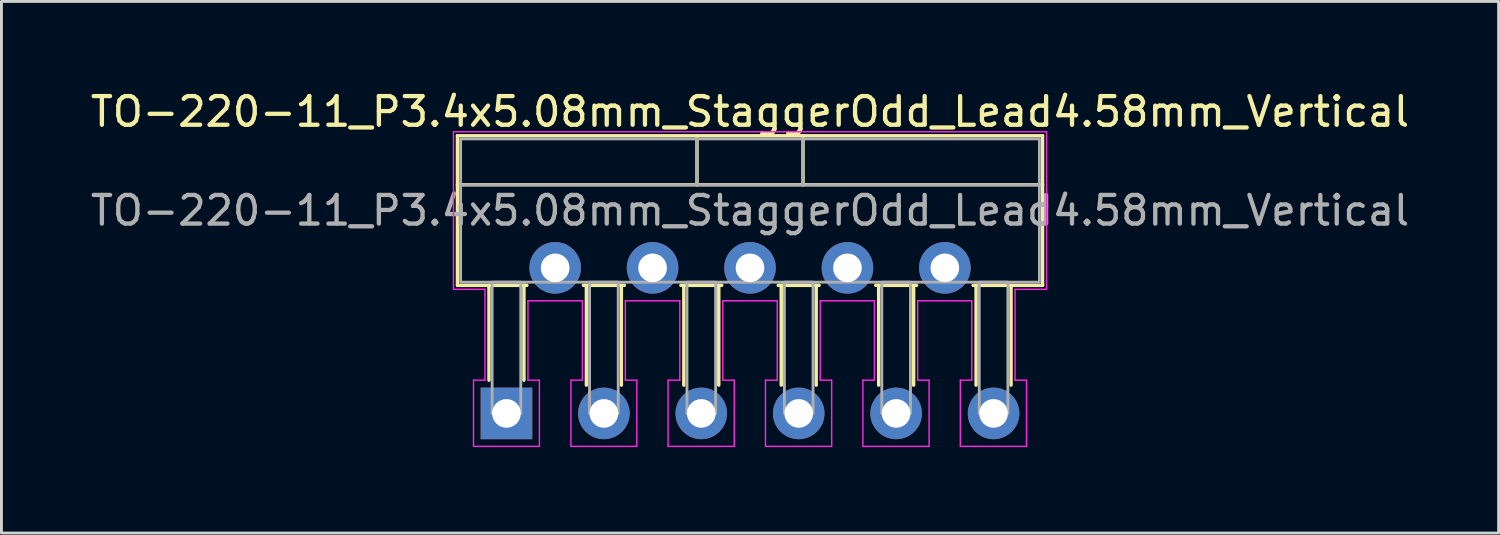
<source format=kicad_pcb>
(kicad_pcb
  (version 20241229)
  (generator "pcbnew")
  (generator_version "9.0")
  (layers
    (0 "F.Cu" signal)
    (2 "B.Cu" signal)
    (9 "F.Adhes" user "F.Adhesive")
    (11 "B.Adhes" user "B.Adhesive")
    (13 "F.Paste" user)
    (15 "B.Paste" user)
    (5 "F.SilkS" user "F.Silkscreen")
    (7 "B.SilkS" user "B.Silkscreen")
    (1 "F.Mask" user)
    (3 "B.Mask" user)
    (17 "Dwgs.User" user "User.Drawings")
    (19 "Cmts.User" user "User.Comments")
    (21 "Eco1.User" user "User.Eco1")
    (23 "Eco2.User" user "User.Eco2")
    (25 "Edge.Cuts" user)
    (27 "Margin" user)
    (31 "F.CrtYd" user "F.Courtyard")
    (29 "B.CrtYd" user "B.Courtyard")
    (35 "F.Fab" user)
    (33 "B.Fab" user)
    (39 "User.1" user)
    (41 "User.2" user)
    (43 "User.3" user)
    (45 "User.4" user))
  (footprint "TO-220-11_P3.4x5.08mm_StaggerOdd_Lead4.58mm_Vertical"
    (layer "F.Cu")
    (at 14.625 11.378)
    (property "Reference" "TO-220-11_P3.4x5.08mm_StaggerOdd_Lead4.58mm_Vertical" (at 8.5 -10.53 0) (layer "F.SilkS") (effects (font (size 1 1) (thickness 0.15))))
    (attr through_hole)
    (fp_line (start -1.71 -9.69) (end 18.71 -9.69) (stroke (width 0.12) (type solid)) (layer "F.SilkS"))
    (fp_line (start -1.71 -7.98) (end 18.71 -7.98) (stroke (width 0.12) (type solid)) (layer "F.SilkS"))
    (fp_line (start -1.71 -4.47) (end -1.71 -9.69) (stroke (width 0.12) (type solid)) (layer "F.SilkS"))
    (fp_line (start -0.61 -4.47) (end -0.61 -1.16) (stroke (width 0.12) (type solid)) (layer "F.SilkS"))
    (fp_line (start 0.61 -4.47) (end 0.61 -1.16) (stroke (width 0.12) (type solid)) (layer "F.SilkS"))
    (fp_line (start 0.713 -4.47) (end -1.71 -4.47) (stroke (width 0.12) (type solid)) (layer "F.SilkS"))
    (fp_line (start 2.79 -4.47) (end 2.79 -0.987) (stroke (width 0.12) (type solid)) (layer "F.SilkS"))
    (fp_line (start 4.01 -4.47) (end 4.01 -0.987) (stroke (width 0.12) (type solid)) (layer "F.SilkS"))
    (fp_line (start 4.113 -4.47) (end 2.687 -4.47) (stroke (width 0.12) (type solid)) (layer "F.SilkS"))
    (fp_line (start 6.19 -4.47) (end 6.19 -0.987) (stroke (width 0.12) (type solid)) (layer "F.SilkS"))
    (fp_line (start 6.65 -9.69) (end 6.65 -7.98) (stroke (width 0.12) (type solid)) (layer "F.SilkS"))
    (fp_line (start 7.41 -4.47) (end 7.41 -0.987) (stroke (width 0.12) (type solid)) (layer "F.SilkS"))
    (fp_line (start 7.513 -4.47) (end 6.087 -4.47) (stroke (width 0.12) (type solid)) (layer "F.SilkS"))
    (fp_line (start 9.59 -4.47) (end 9.59 -0.987) (stroke (width 0.12) (type solid)) (layer "F.SilkS"))
    (fp_line (start 10.35 -9.69) (end 10.35 -7.98) (stroke (width 0.12) (type solid)) (layer "F.SilkS"))
    (fp_line (start 10.81 -4.47) (end 10.81 -0.987) (stroke (width 0.12) (type solid)) (layer "F.SilkS"))
    (fp_line (start 10.913 -4.47) (end 9.487 -4.47) (stroke (width 0.12) (type solid)) (layer "F.SilkS"))
    (fp_line (start 12.99 -4.47) (end 12.99 -0.987) (stroke (width 0.12) (type solid)) (layer "F.SilkS"))
    (fp_line (start 14.21 -4.47) (end 14.21 -0.987) (stroke (width 0.12) (type solid)) (layer "F.SilkS"))
    (fp_line (start 14.313 -4.47) (end 12.887 -4.47) (stroke (width 0.12) (type solid)) (layer "F.SilkS"))
    (fp_line (start 16.39 -4.47) (end 16.39 -0.987) (stroke (width 0.12) (type solid)) (layer "F.SilkS"))
    (fp_line (start 17.61 -4.47) (end 17.61 -0.987) (stroke (width 0.12) (type solid)) (layer "F.SilkS"))
    (fp_line (start 18.71 -9.69) (end 18.71 -4.47) (stroke (width 0.12) (type solid)) (layer "F.SilkS"))
    (fp_line (start 18.71 -4.47) (end 16.287 -4.47) (stroke (width 0.12) (type solid)) (layer "F.SilkS"))
    (fp_line (start -1.85 -9.83) (end 18.85 -9.83) (stroke (width 0.05) (type solid)) (layer "F.CrtYd"))
    (fp_line (start -1.85 -4.33) (end -1.85 -9.83) (stroke (width 0.05) (type solid)) (layer "F.CrtYd"))
    (fp_line (start -1.15 -1.16) (end -0.75 -1.16) (stroke (width 0.05) (type solid)) (layer "F.CrtYd"))
    (fp_line (start -1.15 1.15) (end -1.15 -1.16) (stroke (width 0.05) (type solid)) (layer "F.CrtYd"))
    (fp_line (start -0.75 -4.33) (end -1.85 -4.33) (stroke (width 0.05) (type solid)) (layer "F.CrtYd"))
    (fp_line (start -0.75 -1.16) (end -0.75 -4.33) (stroke (width 0.05) (type solid)) (layer "F.CrtYd"))
    (fp_line (start 0.75 -3.93) (end 0.75 -1.16) (stroke (width 0.05) (type solid)) (layer "F.CrtYd"))
    (fp_line (start 0.75 -1.16) (end 1.15 -1.16) (stroke (width 0.05) (type solid)) (layer "F.CrtYd"))
    (fp_line (start 1.15 -1.16) (end 1.15 1.15) (stroke (width 0.05) (type solid)) (layer "F.CrtYd"))
    (fp_line (start 1.15 1.15) (end -1.15 1.15) (stroke (width 0.05) (type solid)) (layer "F.CrtYd"))
    (fp_line (start 2.25 -1.16) (end 2.65 -1.16) (stroke (width 0.05) (type solid)) (layer "F.CrtYd"))
    (fp_line (start 2.25 1.15) (end 2.25 -1.16) (stroke (width 0.05) (type solid)) (layer "F.CrtYd"))
    (fp_line (start 2.65 -3.93) (end 0.75 -3.93) (stroke (width 0.05) (type solid)) (layer "F.CrtYd"))
    (fp_line (start 2.65 -1.16) (end 2.65 -3.93) (stroke (width 0.05) (type solid)) (layer "F.CrtYd"))
    (fp_line (start 4.15 -3.93) (end 4.15 -1.16) (stroke (width 0.05) (type solid)) (layer "F.CrtYd"))
    (fp_line (start 4.15 -1.16) (end 4.55 -1.16) (stroke (width 0.05) (type solid)) (layer "F.CrtYd"))
    (fp_line (start 4.55 -1.16) (end 4.55 1.15) (stroke (width 0.05) (type solid)) (layer "F.CrtYd"))
    (fp_line (start 4.55 1.15) (end 2.25 1.15) (stroke (width 0.05) (type solid)) (layer "F.CrtYd"))
    (fp_line (start 5.64 -1.16) (end 6.05 -1.16) (stroke (width 0.05) (type solid)) (layer "F.CrtYd"))
    (fp_line (start 5.64 1.15) (end 5.64 -1.16) (stroke (width 0.05) (type solid)) (layer "F.CrtYd"))
    (fp_line (start 6.05 -3.93) (end 4.15 -3.93) (stroke (width 0.05) (type solid)) (layer "F.CrtYd"))
    (fp_line (start 6.05 -1.16) (end 6.05 -3.93) (stroke (width 0.05) (type solid)) (layer "F.CrtYd"))
    (fp_line (start 7.55 -3.93) (end 7.55 -1.16) (stroke (width 0.05) (type solid)) (layer "F.CrtYd"))
    (fp_line (start 7.55 -1.16) (end 7.95 -1.16) (stroke (width 0.05) (type solid)) (layer "F.CrtYd"))
    (fp_line (start 7.95 -1.16) (end 7.95 1.15) (stroke (width 0.05) (type solid)) (layer "F.CrtYd"))
    (fp_line (start 7.95 1.15) (end 5.64 1.15) (stroke (width 0.05) (type solid)) (layer "F.CrtYd"))
    (fp_line (start 9.04 -1.16) (end 9.45 -1.16) (stroke (width 0.05) (type solid)) (layer "F.CrtYd"))
    (fp_line (start 9.04 1.15) (end 9.04 -1.16) (stroke (width 0.05) (type solid)) (layer "F.CrtYd"))
    (fp_line (start 9.45 -3.93) (end 7.55 -3.93) (stroke (width 0.05) (type solid)) (layer "F.CrtYd"))
    (fp_line (start 9.45 -1.16) (end 9.45 -3.93) (stroke (width 0.05) (type solid)) (layer "F.CrtYd"))
    (fp_line (start 10.95 -3.93) (end 10.95 -1.16) (stroke (width 0.05) (type solid)) (layer "F.CrtYd"))
    (fp_line (start 10.95 -1.16) (end 11.35 -1.16) (stroke (width 0.05) (type solid)) (layer "F.CrtYd"))
    (fp_line (start 11.35 -1.16) (end 11.35 1.15) (stroke (width 0.05) (type solid)) (layer "F.CrtYd"))
    (fp_line (start 11.35 1.15) (end 9.04 1.15) (stroke (width 0.05) (type solid)) (layer "F.CrtYd"))
    (fp_line (start 12.44 -1.16) (end 12.84 -1.16) (stroke (width 0.05) (type solid)) (layer "F.CrtYd"))
    (fp_line (start 12.44 1.15) (end 12.44 -1.16) (stroke (width 0.05) (type solid)) (layer "F.CrtYd"))
    (fp_line (start 12.84 -3.93) (end 10.95 -3.93) (stroke (width 0.05) (type solid)) (layer "F.CrtYd"))
    (fp_line (start 12.84 -1.16) (end 12.84 -3.93) (stroke (width 0.05) (type solid)) (layer "F.CrtYd"))
    (fp_line (start 14.35 -3.93) (end 14.35 -1.16) (stroke (width 0.05) (type solid)) (layer "F.CrtYd"))
    (fp_line (start 14.35 -1.16) (end 14.75 -1.16) (stroke (width 0.05) (type solid)) (layer "F.CrtYd"))
    (fp_line (start 14.75 -1.16) (end 14.75 1.15) (stroke (width 0.05) (type solid)) (layer "F.CrtYd"))
    (fp_line (start 14.75 1.15) (end 12.44 1.15) (stroke (width 0.05) (type solid)) (layer "F.CrtYd"))
    (fp_line (start 15.84 -1.16) (end 16.24 -1.16) (stroke (width 0.05) (type solid)) (layer "F.CrtYd"))
    (fp_line (start 15.84 1.15) (end 15.84 -1.16) (stroke (width 0.05) (type solid)) (layer "F.CrtYd"))
    (fp_line (start 16.24 -3.93) (end 14.35 -3.93) (stroke (width 0.05) (type solid)) (layer "F.CrtYd"))
    (fp_line (start 16.24 -1.16) (end 16.24 -3.93) (stroke (width 0.05) (type solid)) (layer "F.CrtYd"))
    (fp_line (start 17.75 -4.33) (end 17.75 -1.16) (stroke (width 0.05) (type solid)) (layer "F.CrtYd"))
    (fp_line (start 17.75 -1.16) (end 18.15 -1.16) (stroke (width 0.05) (type solid)) (layer "F.CrtYd"))
    (fp_line (start 18.15 -1.16) (end 18.15 1.15) (stroke (width 0.05) (type solid)) (layer "F.CrtYd"))
    (fp_line (start 18.15 1.15) (end 15.84 1.15) (stroke (width 0.05) (type solid)) (layer "F.CrtYd"))
    (fp_line (start 18.85 -9.83) (end 18.85 -4.33) (stroke (width 0.05) (type solid)) (layer "F.CrtYd"))
    (fp_line (start 18.85 -4.33) (end 17.75 -4.33) (stroke (width 0.05) (type solid)) (layer "F.CrtYd"))
    (fp_line (start -1.6 -7.98) (end 18.6 -7.98) (stroke (width 0.1) (type solid)) (layer "F.Fab"))
    (fp_line (start 6.65 -9.58) (end 6.65 -7.98) (stroke (width 0.1) (type solid)) (layer "F.Fab"))
    (fp_line (start 10.35 -9.58) (end 10.35 -7.98) (stroke (width 0.1) (type solid)) (layer "F.Fab"))
    (fp_rect (start -1.6 -9.58) (end 18.6 -4.58) (stroke (width 0.1) (type solid)) (fill no) (layer "F.Fab"))
    (fp_rect (start -0.5 -4.58) (end 0.5 0) (stroke (width 0.1) (type solid)) (fill no) (layer "F.Fab"))
    (fp_rect (start 2.9 -4.58) (end 3.9 0) (stroke (width 0.1) (type solid)) (fill no) (layer "F.Fab"))
    (fp_rect (start 6.3 -4.58) (end 7.3 0) (stroke (width 0.1) (type solid)) (fill no) (layer "F.Fab"))
    (fp_rect (start 9.7 -4.58) (end 10.7 0) (stroke (width 0.1) (type solid)) (fill no) (layer "F.Fab"))
    (fp_rect (start 13.1 -4.58) (end 14.1 0) (stroke (width 0.1) (type solid)) (fill no) (layer "F.Fab"))
    (fp_rect (start 16.5 -4.58) (end 17.5 0) (stroke (width 0.1) (type solid)) (fill no) (layer "F.Fab"))
    (fp_text user "${REFERENCE}" (at 8.5 -7.08 0) (layer "F.Fab") (effects (font (size 1 1) (thickness 0.15))))
    (pad "1" thru_hole rect (at 0 0) (size 1.8 1.8) (drill 1) (layers "*.Cu" "*.Mask"))
    (pad "2" thru_hole circle (at 1.7 -5.08) (size 1.8 1.8) (drill 1) (layers "*.Cu" "*.Mask"))
    (pad "3" thru_hole circle (at 3.4 0) (size 1.8 1.8) (drill 1) (layers "*.Cu" "*.Mask"))
    (pad "4" thru_hole circle (at 5.1 -5.08) (size 1.8 1.8) (drill 1) (layers "*.Cu" "*.Mask"))
    (pad "5" thru_hole circle (at 6.8 0) (size 1.8 1.8) (drill 1) (layers "*.Cu" "*.Mask"))
    (pad "6" thru_hole circle (at 8.5 -5.08) (size 1.8 1.8) (drill 1) (layers "*.Cu" "*.Mask"))
    (pad "7" thru_hole circle (at 10.2 0) (size 1.8 1.8) (drill 1) (layers "*.Cu" "*.Mask"))
    (pad "8" thru_hole circle (at 11.9 -5.08) (size 1.8 1.8) (drill 1) (layers "*.Cu" "*.Mask"))
    (pad "9" thru_hole circle (at 13.6 0) (size 1.8 1.8) (drill 1) (layers "*.Cu" "*.Mask"))
    (pad "10" thru_hole circle (at 15.3 -5.08) (size 1.8 1.8) (drill 1) (layers "*.Cu" "*.Mask"))
    (pad "11" thru_hole circle (at 17 0) (size 1.8 1.8) (drill 1) (layers "*.Cu" "*.Mask")))
  (gr_rect
    (start -3 -3)
    (end 49.25 15.553)
    (stroke (width 0.1) (type default))
    (fill no)
    (layer "Edge.Cuts")))
</source>
